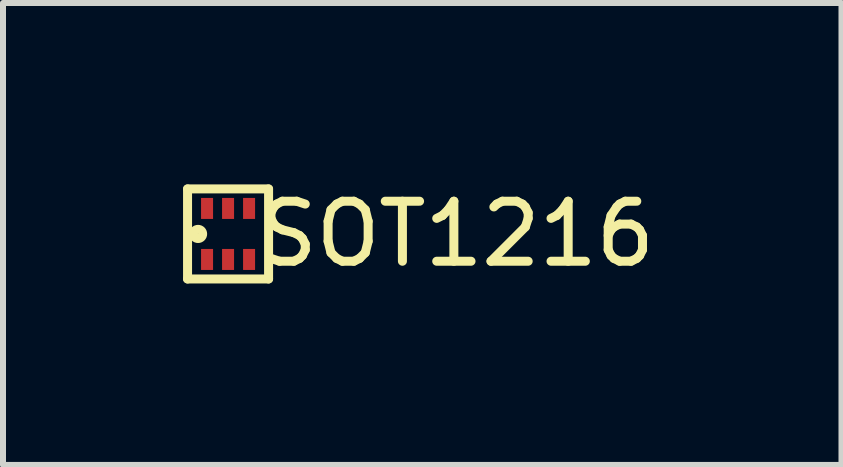
<source format=kicad_pcb>
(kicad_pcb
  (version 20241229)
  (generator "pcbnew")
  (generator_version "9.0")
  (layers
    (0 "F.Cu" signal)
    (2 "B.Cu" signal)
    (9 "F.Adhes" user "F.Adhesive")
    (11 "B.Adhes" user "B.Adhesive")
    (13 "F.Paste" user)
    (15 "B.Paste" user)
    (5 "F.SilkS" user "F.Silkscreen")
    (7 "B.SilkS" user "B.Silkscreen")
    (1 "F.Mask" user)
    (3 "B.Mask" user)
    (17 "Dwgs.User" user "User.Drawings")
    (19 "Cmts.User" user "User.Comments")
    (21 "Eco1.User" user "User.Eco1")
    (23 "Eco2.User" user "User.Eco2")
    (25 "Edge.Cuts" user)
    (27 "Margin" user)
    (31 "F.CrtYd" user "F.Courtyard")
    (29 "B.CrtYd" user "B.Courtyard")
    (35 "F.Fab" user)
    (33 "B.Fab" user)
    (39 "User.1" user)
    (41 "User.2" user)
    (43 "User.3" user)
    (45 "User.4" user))
  (footprint "SOT1216"
    (layer "F.Cu")
    (at 0.75 0.848)
    (property "Reference" "SOT1216" (at 3.81 0 0) (layer "F.SilkS") (effects (font (size 1 1) (thickness 0.15))))
    (attr through_hole)
    (fp_line (start -0.675 -0.75) (end -0.675 0.75) (stroke (width 0.15) (type solid)) (layer "F.SilkS"))
    (fp_line (start -0.675 -0.75) (end 0.675 -0.75) (stroke (width 0.15) (type solid)) (layer "F.SilkS"))
    (fp_line (start 0.675 -0.75) (end 0.675 0.75) (stroke (width 0.15) (type solid)) (layer "F.SilkS"))
    (fp_line (start 0.675 0.75) (end -0.675 0.75) (stroke (width 0.15) (type solid)) (layer "F.SilkS"))
    (fp_circle (center -0.5 0) (end -0.501 0.001) (stroke (width 0.15) (type solid)) (fill no) (layer "F.SilkS"))
    (pad "1" smd rect (at -0.35 0.425) (size 0.2 0.35) (layers "F.Cu" "F.Mask" "F.Paste"))
    (pad "2" smd rect (at 0 0.425) (size 0.2 0.35) (layers "F.Cu" "F.Mask" "F.Paste"))
    (pad "3" smd rect (at 0.35 0.425) (size 0.2 0.35) (layers "F.Cu" "F.Mask" "F.Paste"))
    (pad "4" smd rect (at 0.35 -0.425) (size 0.2 0.35) (layers "F.Cu" "F.Mask" "F.Paste"))
    (pad "5" smd rect (at 0 -0.425) (size 0.2 0.35) (layers "F.Cu" "F.Mask" "F.Paste"))
    (pad "6" smd rect (at -0.35 -0.425) (size 0.2 0.35) (layers "F.Cu" "F.Mask" "F.Paste")))
  (gr_rect
    (start -3 -3)
    (end 10.971 4.697)
    (stroke (width 0.1) (type default))
    (fill no)
    (layer "Edge.Cuts")))
</source>
